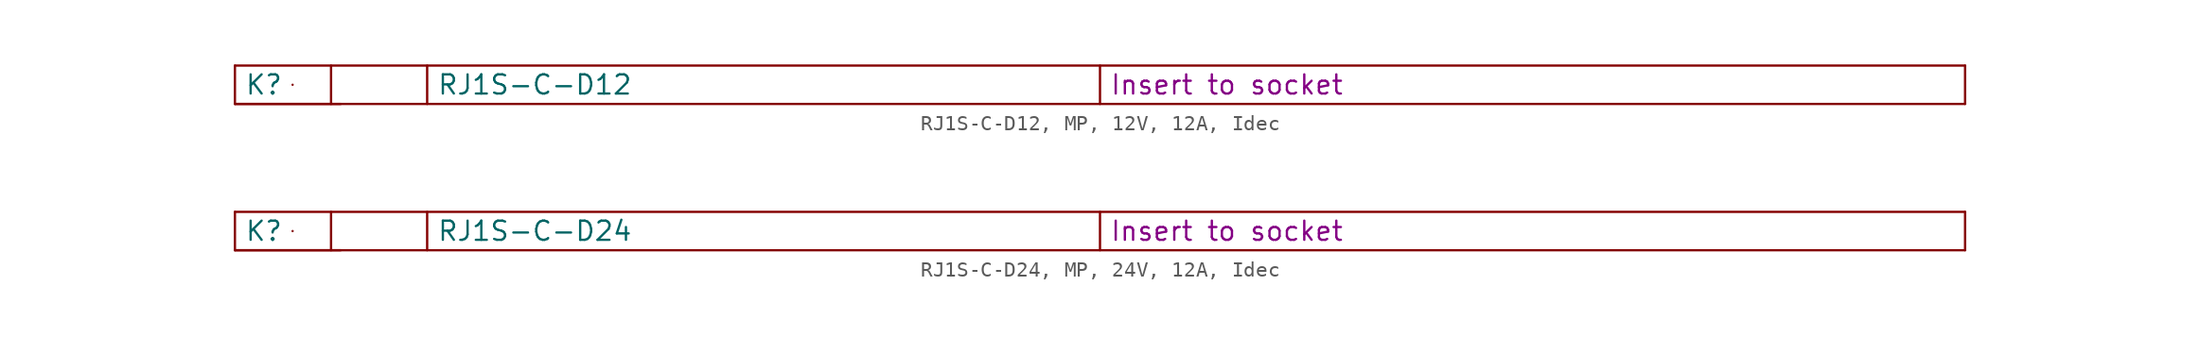
<source format=kicad_sym>
(kicad_symbol_lib
  (version 20241209)
  (generator "kicad_symbol_editor")
  (generator_version "9.0")
  (symbol "RJ1S-C-D12, MP, 12V, 12A, Idec"
    (pin_numbers
      (hide yes))
    (pin_names
      (offset 0)
      (hide yes))
    (property "Reference" "K"
      (at 0.635 1.27 0)
      (do_not_autoplace)
      (effects (font (size 1.27 1.27)) (justify left)))
    (property "Value" "RJ1S-C-D12"
      (at 13.335 1.27 0)
      (do_not_autoplace)
      (effects (font (size 1.27 1.27)) (justify left)))
    (property "Z-SYSCODE" ""
      (at 6.985 1.27 0)
      (do_not_autoplace)
      (effects (font (size 1.27 1.27)) (justify left)))
    (property "Assembly_Note" "Insert to socket"
      (at 57.785 1.27 0)
      (do_not_autoplace)
      (effects (font (size 1.27 1.27)) (justify left)))
    (symbol "RJ1S-C-D12, MP, 12V, 12A, Idec_0_1"
      (polyline (pts (xy 0 0) (xy 0 2.54)) (stroke (width 0.152) (type default)) (fill (type none)))
      (rectangle (start 3.81 1.27) (end 3.81 1.27) (stroke (width 0.152) (type default)) (fill (type none)))
      (polyline (pts (xy 6.35 0) (xy 6.35 2.54)) (stroke (width 0.152) (type default)) (fill (type none)))
      (polyline (pts (xy 6.985 0) (xy 0 0)) (stroke (width 0.152) (type default)) (fill (type none)))
      (polyline (pts (xy 12.7 0) (xy 12.7 2.54)) (stroke (width 0.152) (type default)) (fill (type none)))
      (polyline (pts (xy 57.15 0) (xy 57.15 2.54)) (stroke (width 0.152) (type default)) (fill (type none)))
      (polyline (pts (xy 114.3 2.54) (xy 0 2.54)) (stroke (width 0.152) (type default)) (fill (type none)))
      (polyline (pts (xy 114.3 0) (xy 0 0)) (stroke (width 0.152) (type default)) (fill (type none)))
      (polyline (pts (xy 114.3 0) (xy 114.3 2.54)) (stroke (width 0.152) (type default)) (fill (type none)))))
  (symbol "RJ1S-C-D24, MP, 24V, 12A, Idec"
    (pin_numbers
      (hide yes))
    (pin_names
      (offset 0)
      (hide yes))
    (property "Reference" "K"
      (at 0.635 1.27 0)
      (do_not_autoplace)
      (effects (font (size 1.27 1.27)) (justify left)))
    (property "Value" "RJ1S-C-D24"
      (at 13.335 1.27 0)
      (do_not_autoplace)
      (effects (font (size 1.27 1.27)) (justify left)))
    (property "Z-SYSCODE" ""
      (at 6.985 1.27 0)
      (do_not_autoplace)
      (effects (font (size 1.27 1.27)) (justify left)))
    (property "Assembly_Note" "Insert to socket"
      (at 57.785 1.27 0)
      (do_not_autoplace)
      (effects (font (size 1.27 1.27)) (justify left)))
    (symbol "RJ1S-C-D24, MP, 24V, 12A, Idec_0_1"
      (polyline (pts (xy 0 0) (xy 0 2.54)) (stroke (width 0.152) (type default)) (fill (type none)))
      (rectangle (start 3.81 1.27) (end 3.81 1.27) (stroke (width 0.152) (type default)) (fill (type none)))
      (polyline (pts (xy 6.35 0) (xy 6.35 2.54)) (stroke (width 0.152) (type default)) (fill (type none)))
      (polyline (pts (xy 6.985 0) (xy 0 0)) (stroke (width 0.152) (type default)) (fill (type none)))
      (polyline (pts (xy 12.7 0) (xy 12.7 2.54)) (stroke (width 0.152) (type default)) (fill (type none)))
      (polyline (pts (xy 57.15 0) (xy 57.15 2.54)) (stroke (width 0.152) (type default)) (fill (type none)))
      (polyline (pts (xy 114.3 2.54) (xy 0 2.54)) (stroke (width 0.152) (type default)) (fill (type none)))
      (polyline (pts (xy 114.3 0) (xy 0 0)) (stroke (width 0.152) (type default)) (fill (type none)))
      (polyline (pts (xy 114.3 0) (xy 114.3 2.54)) (stroke (width 0.152) (type default)) (fill (type none))))))
</source>
